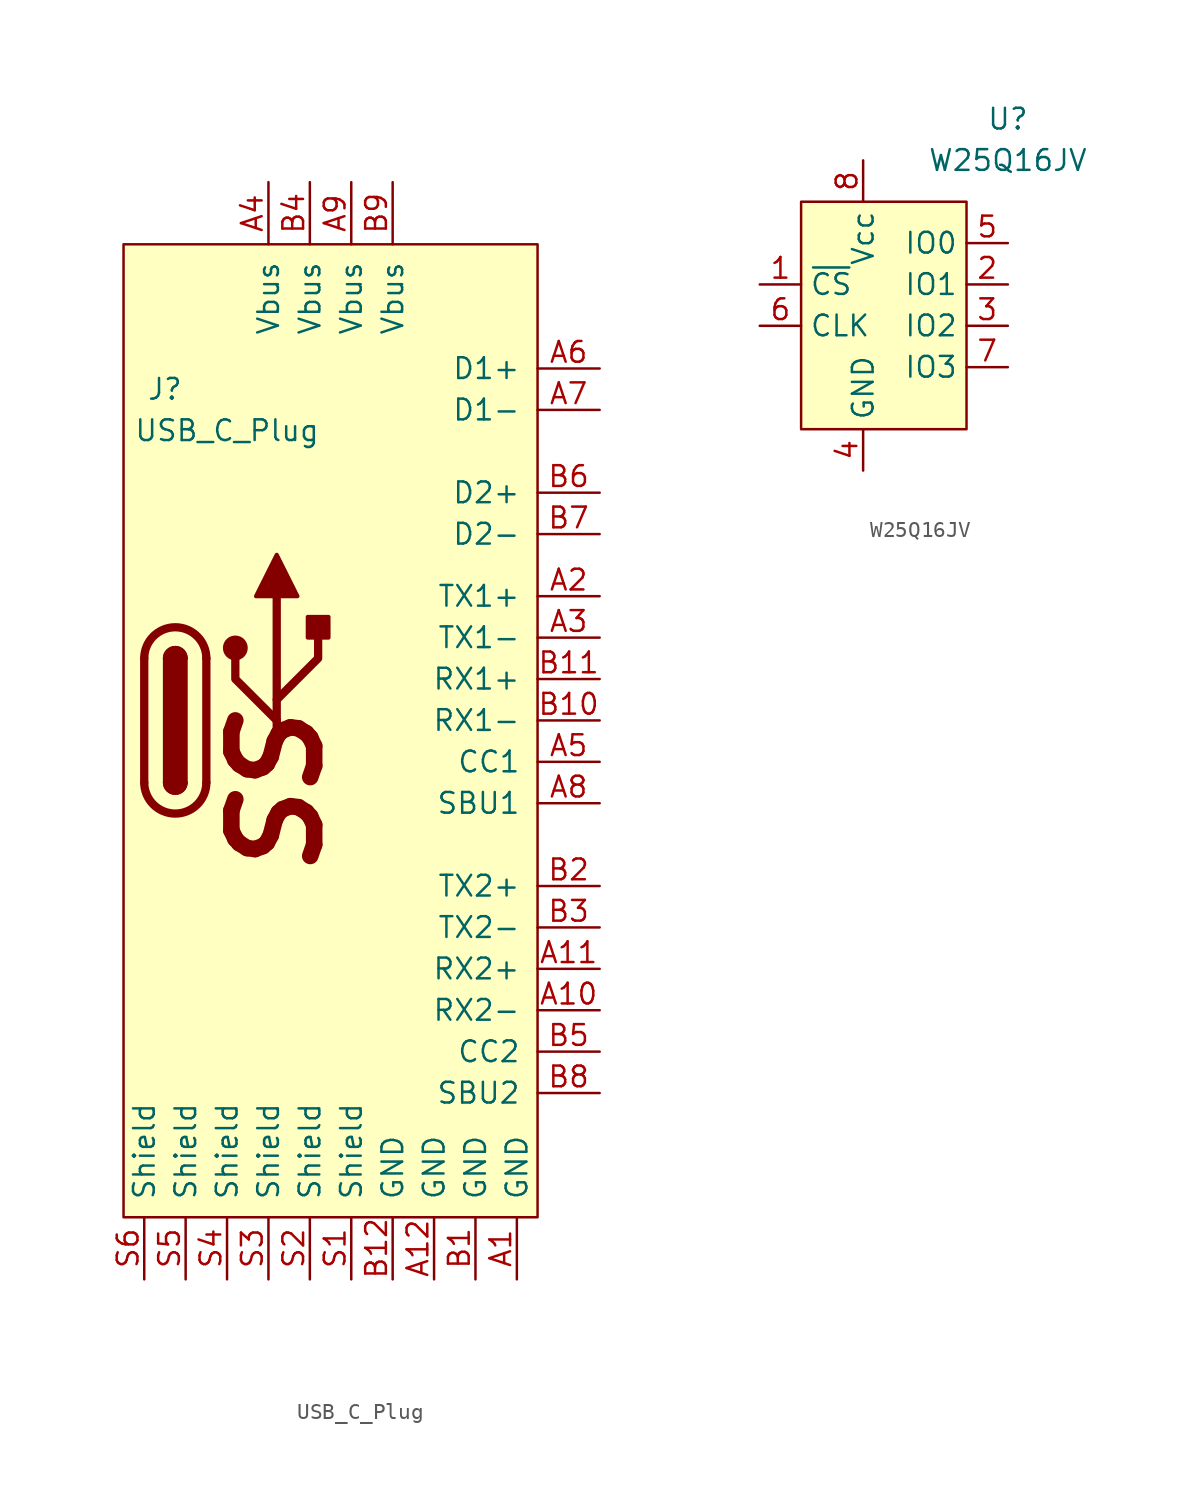
<source format=kicad_sym>
(kicad_symbol_lib
  (version 20210619)
  (generator kicad_symbol_editor)
  (symbol "Maxted Libs:USB_C_Plug"
    (pin_names
      (offset 1.016))
    (property "Reference" "J"
      (at -10.16 20.32 0)
      (effects (font (size 1.27 1.27))))
    (property "Value" "USB_C_Plug"
      (at -6.35 17.78 0)
      (effects (font (size 1.27 1.27))))
    (symbol "USB_C_Plug_0_1"
      (rectangle (start 12.7 -30.48) (end -12.7 29.21) (stroke (width 0)) (fill (type background))))
    (symbol "USB_C_Plug_1_0"
      (text "SS" (at -3.302 -4.445 900) (effects (font (size 5.08 5.08) bold italic))))
    (symbol "USB_C_Plug_1_1"
      (arc (start -11.43 -3.81) (end -7.62 -3.81) (radius (at -9.525 -3.81) (length 1.905) (angles -179.9 -0.1)) (stroke (width 0.508)) (fill (type none)))
      (arc (start -10.16 -3.81) (end -8.89 -3.81) (radius (at -9.525 -3.81) (length 0.635) (angles -179.9 -0.1)) (stroke (width 0.254)) (fill (type none)))
      (arc (start -8.89 3.81) (end -10.16 3.81) (radius (at -9.525 3.81) (length 0.635) (angles 0.1 179.9)) (stroke (width 0.254)) (fill (type none)))
      (arc (start -7.62 3.81) (end -11.43 3.81) (radius (at -9.525 3.81) (length 1.905) (angles 0.1 179.9)) (stroke (width 0.508)) (fill (type none)))
      (arc (start -10.16 -3.81) (end -8.89 -3.81) (radius (at -9.525 -3.81) (length 0.635) (angles -179.9 -0.1)) (stroke (width 0.254)) (fill (type outline)))
      (arc (start -8.89 3.81) (end -10.16 3.81) (radius (at -9.525 3.81) (length 0.635) (angles 0.1 179.9)) (stroke (width 0.254)) (fill (type outline)))
      (circle (center -5.842 4.445) (radius 0.635) (stroke (width 0.254)) (fill (type outline)))
      (rectangle (start -10.16 -3.81) (end -8.89 3.81) (stroke (width 0.254)) (fill (type outline)))
      (rectangle (start -1.397 5.08) (end -0.127 6.35) (stroke (width 0.254)) (fill (type outline)))
      (polyline (pts (xy -11.43 -3.81) (xy -11.43 3.81)) (stroke (width 0.508)) (fill (type none)))
      (polyline (pts (xy -7.62 3.81) (xy -7.62 -3.81)) (stroke (width 0.508)) (fill (type none)))
      (polyline (pts (xy -3.302 -1.27) (xy -3.302 7.62)) (stroke (width 0.508)) (fill (type none)))
      (polyline (pts (xy -3.302 0) (xy -5.842 2.54) (xy -5.842 3.81)) (stroke (width 0.508)) (fill (type none)))
      (polyline (pts (xy -3.302 1.27) (xy -0.762 3.81) (xy -0.762 5.08)) (stroke (width 0.508)) (fill (type none)))
      (polyline (pts (xy -4.572 7.62) (xy -3.302 10.16) (xy -2.032 7.62) (xy -4.572 7.62)) (stroke (width 0.254)) (fill (type outline)))
      (pin unspecified line (at 11.43 -34.29 90) (length 3.81) (name "GND" (effects (font (size 1.27 1.27)))) (number "A1" (effects (font (size 1.27 1.27)))))
      (pin unspecified line (at 16.51 -17.78 180) (length 3.81) (name "RX2-" (effects (font (size 1.27 1.27)))) (number "A10" (effects (font (size 1.27 1.27)))))
      (pin unspecified line (at 16.51 -15.24 180) (length 3.81) (name "RX2+" (effects (font (size 1.27 1.27)))) (number "A11" (effects (font (size 1.27 1.27)))))
      (pin unspecified line (at 6.35 -34.29 90) (length 3.81) (name "GND" (effects (font (size 1.27 1.27)))) (number "A12" (effects (font (size 1.27 1.27)))))
      (pin unspecified line (at 16.51 7.62 180) (length 3.81) (name "TX1+" (effects (font (size 1.27 1.27)))) (number "A2" (effects (font (size 1.27 1.27)))))
      (pin unspecified line (at 16.51 5.08 180) (length 3.81) (name "TX1-" (effects (font (size 1.27 1.27)))) (number "A3" (effects (font (size 1.27 1.27)))))
      (pin unspecified line (at -3.81 33.02 270) (length 3.81) (name "Vbus" (effects (font (size 1.27 1.27)))) (number "A4" (effects (font (size 1.27 1.27)))))
      (pin unspecified line (at 16.51 -2.54 180) (length 3.81) (name "CC1" (effects (font (size 1.27 1.27)))) (number "A5" (effects (font (size 1.27 1.27)))))
      (pin unspecified line (at 16.51 21.59 180) (length 3.81) (name "D1+" (effects (font (size 1.27 1.27)))) (number "A6" (effects (font (size 1.27 1.27)))))
      (pin unspecified line (at 16.51 19.05 180) (length 3.81) (name "D1-" (effects (font (size 1.27 1.27)))) (number "A7" (effects (font (size 1.27 1.27)))))
      (pin unspecified line (at 16.51 -5.08 180) (length 3.81) (name "SBU1" (effects (font (size 1.27 1.27)))) (number "A8" (effects (font (size 1.27 1.27)))))
      (pin unspecified line (at 1.27 33.02 270) (length 3.81) (name "Vbus" (effects (font (size 1.27 1.27)))) (number "A9" (effects (font (size 1.27 1.27)))))
      (pin unspecified line (at 8.89 -34.29 90) (length 3.81) (name "GND" (effects (font (size 1.27 1.27)))) (number "B1" (effects (font (size 1.27 1.27)))))
      (pin unspecified line (at 16.51 0 180) (length 3.81) (name "RX1-" (effects (font (size 1.27 1.27)))) (number "B10" (effects (font (size 1.27 1.27)))))
      (pin unspecified line (at 16.51 2.54 180) (length 3.81) (name "RX1+" (effects (font (size 1.27 1.27)))) (number "B11" (effects (font (size 1.27 1.27)))))
      (pin unspecified line (at 3.81 -34.29 90) (length 3.81) (name "GND" (effects (font (size 1.27 1.27)))) (number "B12" (effects (font (size 1.27 1.27)))))
      (pin unspecified line (at 16.51 -10.16 180) (length 3.81) (name "TX2+" (effects (font (size 1.27 1.27)))) (number "B2" (effects (font (size 1.27 1.27)))))
      (pin unspecified line (at 16.51 -12.7 180) (length 3.81) (name "TX2-" (effects (font (size 1.27 1.27)))) (number "B3" (effects (font (size 1.27 1.27)))))
      (pin unspecified line (at -1.27 33.02 270) (length 3.81) (name "Vbus" (effects (font (size 1.27 1.27)))) (number "B4" (effects (font (size 1.27 1.27)))))
      (pin unspecified line (at 16.51 -20.32 180) (length 3.81) (name "CC2" (effects (font (size 1.27 1.27)))) (number "B5" (effects (font (size 1.27 1.27)))))
      (pin unspecified line (at 16.51 13.97 180) (length 3.81) (name "D2+" (effects (font (size 1.27 1.27)))) (number "B6" (effects (font (size 1.27 1.27)))))
      (pin unspecified line (at 16.51 11.43 180) (length 3.81) (name "D2-" (effects (font (size 1.27 1.27)))) (number "B7" (effects (font (size 1.27 1.27)))))
      (pin unspecified line (at 16.51 -22.86 180) (length 3.81) (name "SBU2" (effects (font (size 1.27 1.27)))) (number "B8" (effects (font (size 1.27 1.27)))))
      (pin unspecified line (at 3.81 33.02 270) (length 3.81) (name "Vbus" (effects (font (size 1.27 1.27)))) (number "B9" (effects (font (size 1.27 1.27)))))
      (pin unspecified line (at 1.27 -34.29 90) (length 3.81) (name "Shield" (effects (font (size 1.27 1.27)))) (number "S1" (effects (font (size 1.27 1.27)))))
      (pin unspecified line (at -1.27 -34.29 90) (length 3.81) (name "Shield" (effects (font (size 1.27 1.27)))) (number "S2" (effects (font (size 1.27 1.27)))))
      (pin unspecified line (at -3.81 -34.29 90) (length 3.81) (name "Shield" (effects (font (size 1.27 1.27)))) (number "S3" (effects (font (size 1.27 1.27)))))
      (pin unspecified line (at -6.35 -34.29 90) (length 3.81) (name "Shield" (effects (font (size 1.27 1.27)))) (number "S4" (effects (font (size 1.27 1.27)))))
      (pin unspecified line (at -8.89 -34.29 90) (length 3.81) (name "Shield" (effects (font (size 1.27 1.27)))) (number "S5" (effects (font (size 1.27 1.27)))))
      (pin unspecified line (at -11.43 -34.29 90) (length 3.81) (name "Shield" (effects (font (size 1.27 1.27)))) (number "S6" (effects (font (size 1.27 1.27)))))))
  (symbol "Maxted Libs:W25Q16JV"
    (property "Reference" "U"
      (at 8.89 11.43 0)
      (effects (font (size 1.27 1.27))))
    (property "Value" "W25Q16JV"
      (at 8.89 8.89 0)
      (effects (font (size 1.27 1.27))))
    (symbol "W25Q16JV_0_1"
      (rectangle (start -3.81 6.35) (end 6.35 -7.62) (stroke (width 0.152)) (fill (type background))))
    (symbol "W25Q16JV_1_1"
      (pin input line (at -6.35 1.27 0) (length 2.54) (name "~{CS}" (effects (font (size 1.27 1.27)))) (number "1" (effects (font (size 1.27 1.27)))))
      (pin bidirectional line (at 8.89 1.27 180) (length 2.54) (name "IO1" (effects (font (size 1.27 1.27)))) (number "2" (effects (font (size 1.27 1.27)))))
      (pin bidirectional line (at 8.89 -1.27 180) (length 2.54) (name "IO2" (effects (font (size 1.27 1.27)))) (number "3" (effects (font (size 1.27 1.27)))))
      (pin power_in line (at 0 -10.16 90) (length 2.54) (name "GND" (effects (font (size 1.27 1.27)))) (number "4" (effects (font (size 1.27 1.27)))))
      (pin bidirectional line (at 8.89 3.81 180) (length 2.54) (name "IO0" (effects (font (size 1.27 1.27)))) (number "5" (effects (font (size 1.27 1.27)))))
      (pin input line (at -6.35 -1.27 0) (length 2.54) (name "CLK" (effects (font (size 1.27 1.27)))) (number "6" (effects (font (size 1.27 1.27)))))
      (pin bidirectional line (at 8.89 -3.81 180) (length 2.54) (name "IO3" (effects (font (size 1.27 1.27)))) (number "7" (effects (font (size 1.27 1.27)))))
      (pin power_in line (at 0 8.89 270) (length 2.54) (name "Vcc" (effects (font (size 1.27 1.27)))) (number "8" (effects (font (size 1.27 1.27))))))))
</source>
